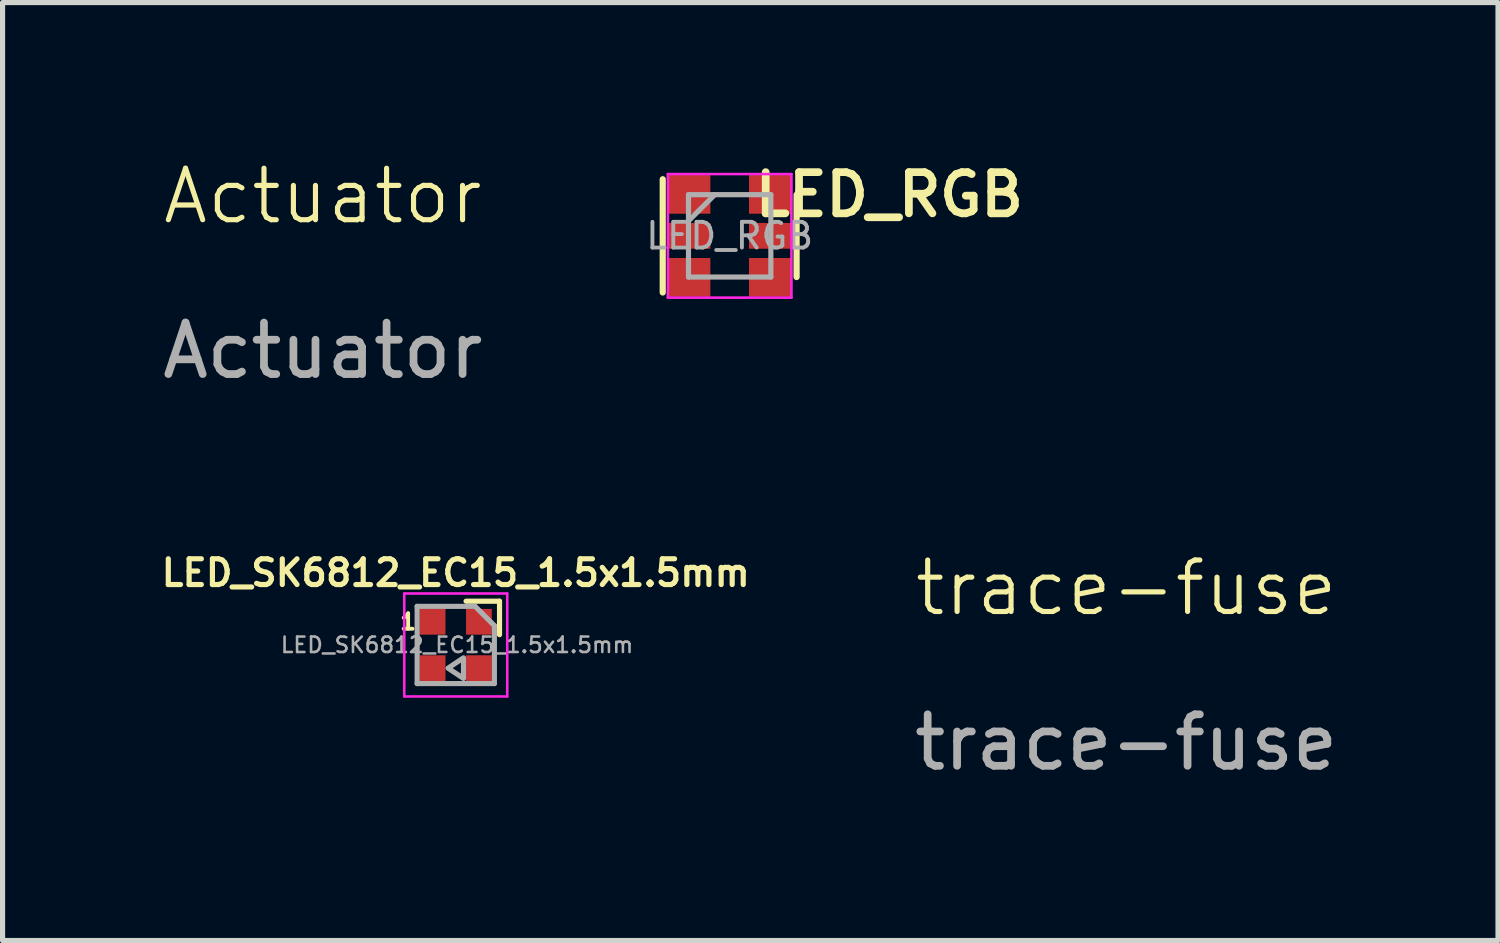
<source format=kicad_pcb>
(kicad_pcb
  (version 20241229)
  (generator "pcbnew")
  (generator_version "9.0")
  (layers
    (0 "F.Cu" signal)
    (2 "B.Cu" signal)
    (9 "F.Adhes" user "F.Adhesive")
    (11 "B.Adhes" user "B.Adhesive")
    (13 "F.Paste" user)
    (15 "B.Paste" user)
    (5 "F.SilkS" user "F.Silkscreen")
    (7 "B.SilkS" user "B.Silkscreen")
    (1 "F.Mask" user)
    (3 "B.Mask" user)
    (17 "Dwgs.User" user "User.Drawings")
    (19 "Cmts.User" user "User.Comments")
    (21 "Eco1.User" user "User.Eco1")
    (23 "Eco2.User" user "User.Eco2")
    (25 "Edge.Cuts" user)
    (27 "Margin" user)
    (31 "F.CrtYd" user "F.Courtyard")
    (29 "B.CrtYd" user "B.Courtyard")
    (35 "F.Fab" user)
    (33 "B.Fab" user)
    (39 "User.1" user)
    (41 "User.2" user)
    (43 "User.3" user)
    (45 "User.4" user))
  (footprint "Actuator"
    (layer "F.Cu")
    (at 3.22 1.26)
    (property "Reference" "Actuator" (at 0 -0.5 0) (unlocked yes) (layer "F.SilkS") (effects (font (size 1 1) (thickness 0.1))))
    (attr through_hole exclude_from_pos_files exclude_from_bom allow_missing_courtyard)
    (fp_text user "${REFERENCE}" (at 0 2.5 0) (unlocked yes) (layer "F.Fab") (effects (font (size 1 1) (thickness 0.15)))))
  (footprint "LED_SK6812_EC15_1.5x1.5mm"
    (layer "F.Cu")
    (at 5.802 9.477)
    (property "Reference" "LED_SK6812_EC15_1.5x1.5mm" (at 0 -1.4 0) (layer "F.SilkS") (effects (font (size 0.5 0.5) (thickness 0.1) (bold yes))))
    (attr smd)
    (fp_line (start 0.85 -0.85) (end 0.2 -0.85) (stroke (width 0.1) (type solid)) (layer "F.SilkS"))
    (fp_line (start 0.85 -0.2) (end 0.85 -0.85) (stroke (width 0.1) (type solid)) (layer "F.SilkS"))
    (fp_line (start -1 -1) (end 1 -1) (stroke (width 0.05) (type solid)) (layer "F.CrtYd"))
    (fp_line (start -1 1) (end -1 -1) (stroke (width 0.05) (type solid)) (layer "F.CrtYd"))
    (fp_line (start 1 -1) (end 1 1) (stroke (width 0.05) (type solid)) (layer "F.CrtYd"))
    (fp_line (start 1 1) (end -1 1) (stroke (width 0.05) (type solid)) (layer "F.CrtYd"))
    (fp_line (start -0.75 -0.75) (end 0.375 -0.75) (stroke (width 0.1) (type solid)) (layer "F.Fab"))
    (fp_line (start -0.75 0.75) (end -0.75 -0.75) (stroke (width 0.1) (type solid)) (layer "F.Fab"))
    (fp_line (start 0.375 -0.75) (end 0.75 -0.375) (stroke (width 0.1) (type solid)) (layer "F.Fab"))
    (fp_line (start 0.75 -0.375) (end 0.75 0.75) (stroke (width 0.1) (type solid)) (layer "F.Fab"))
    (fp_line (start 0.75 0.75) (end -0.75 0.75) (stroke (width 0.1) (type solid)) (layer "F.Fab"))
    (fp_poly (pts (xy 0.15 0.25) (xy -0.15 0.45) (xy 0.15 0.65)) (stroke (width 0.1) (type solid)) (fill no) (layer "F.Fab"))
    (fp_text user "1" (at -0.925 -0.45 0) (layer "F.SilkS") (effects (font (size 0.3 0.3) (thickness 0.075))))
    (fp_text user "${REFERENCE}" (at 0.025 0 0) (layer "F.Fab") (effects (font (size 0.3 0.3) (thickness 0.05))))
    (pad "1" smd rect (at -0.45 -0.45) (size 0.5 0.5) (layers "F.Cu" "F.Mask" "F.Paste"))
    (pad "2" smd rect (at -0.45 0.45) (size 0.5 0.5) (layers "F.Cu" "F.Mask" "F.Paste"))
    (pad "3" smd rect (at 0.45 0.45) (size 0.5 0.5) (layers "F.Cu" "F.Mask" "F.Paste"))
    (pad "4" smd rect (at 0.45 -0.45) (size 0.5 0.5) (layers "F.Cu" "F.Mask" "F.Paste")))
  (footprint "trace-fuse"
    (layer "F.Cu")
    (at 18.825 8.869)
    (property "Reference" "trace-fuse" (at 0 -0.5 0) (unlocked yes) (layer "F.SilkS") (effects (font (size 1 1) (thickness 0.1))))
    (attr smd)
    (fp_text user "${REFERENCE}" (at 0 2.5 0) (unlocked yes) (layer "F.Fab") (effects (font (size 1 1) (thickness 0.15)))))
  (footprint "LED_RGB"
    (layer "F.Cu")
    (at 11.122 1.531)
    (property "Reference" "LED_RGB" (at 3.1 -0.8 0) (layer "F.SilkS") (effects (font (size 0.8 0.8) (thickness 0.15) (bold yes))))
    (attr smd)
    (fp_line (start -1.3 1.1) (end -1.3 -1.1) (stroke (width 0.12) (type solid)) (layer "F.SilkS"))
    (fp_line (start 1.3 0.8) (end 1.3 -0.8) (stroke (width 0.12) (type solid)) (layer "F.SilkS"))
    (fp_line (start -1.2 -1.2) (end -1.2 1.2) (stroke (width 0.05) (type solid)) (layer "F.CrtYd"))
    (fp_line (start -1.2 -1.2) (end 1.2 -1.2) (stroke (width 0.05) (type solid)) (layer "F.CrtYd"))
    (fp_line (start -1.2 1.2) (end 1.2 1.2) (stroke (width 0.05) (type solid)) (layer "F.CrtYd"))
    (fp_line (start 1.2 -1.2) (end 1.2 1.2) (stroke (width 0.05) (type solid)) (layer "F.CrtYd"))
    (fp_line (start -0.8 -0.8) (end -0.8 0.8) (stroke (width 0.1) (type solid)) (layer "F.Fab"))
    (fp_line (start -0.8 -0.8) (end 0.8 -0.8) (stroke (width 0.1) (type solid)) (layer "F.Fab"))
    (fp_line (start -0.8 0.8) (end 0.8 0.8) (stroke (width 0.1) (type solid)) (layer "F.Fab"))
    (fp_line (start -0.79 -0.3) (end -0.29 -0.8) (stroke (width 0.1) (type solid)) (layer "F.Fab"))
    (fp_line (start 0.8 -0.8) (end 0.8 0.8) (stroke (width 0.1) (type solid)) (layer "F.Fab"))
    (fp_text user "${REFERENCE}" (at 0 0 0) (layer "F.Fab") (effects (font (size 0.5 0.5) (thickness 0.075))))
    (pad "1" smd rect (at -0.79 -0.805) (size 0.83 0.75) (layers "F.Cu" "F.Mask" "F.Paste"))
    (pad "2" smd rect (at -0.79 0) (size 0.83 0.5) (layers "F.Cu" "F.Mask" "F.Paste"))
    (pad "3" smd rect (at -0.79 0.805) (size 0.83 0.75) (layers "F.Cu" "F.Mask" "F.Paste"))
    (pad "4" smd rect (at 0.79 0.805) (size 0.83 0.75) (layers "F.Cu" "F.Mask" "F.Paste"))
    (pad "5" smd rect (at 0.79 0) (size 0.83 0.5) (layers "F.Cu" "F.Mask" "F.Paste"))
    (pad "6" smd rect (at 0.79 -0.805) (size 0.83 0.75) (layers "F.Cu" "F.Mask" "F.Paste")))
  (gr_rect
    (start -3 -3)
    (end 26.045 15.217)
    (stroke (width 0.1) (type default))
    (fill no)
    (layer "Edge.Cuts")))
</source>
